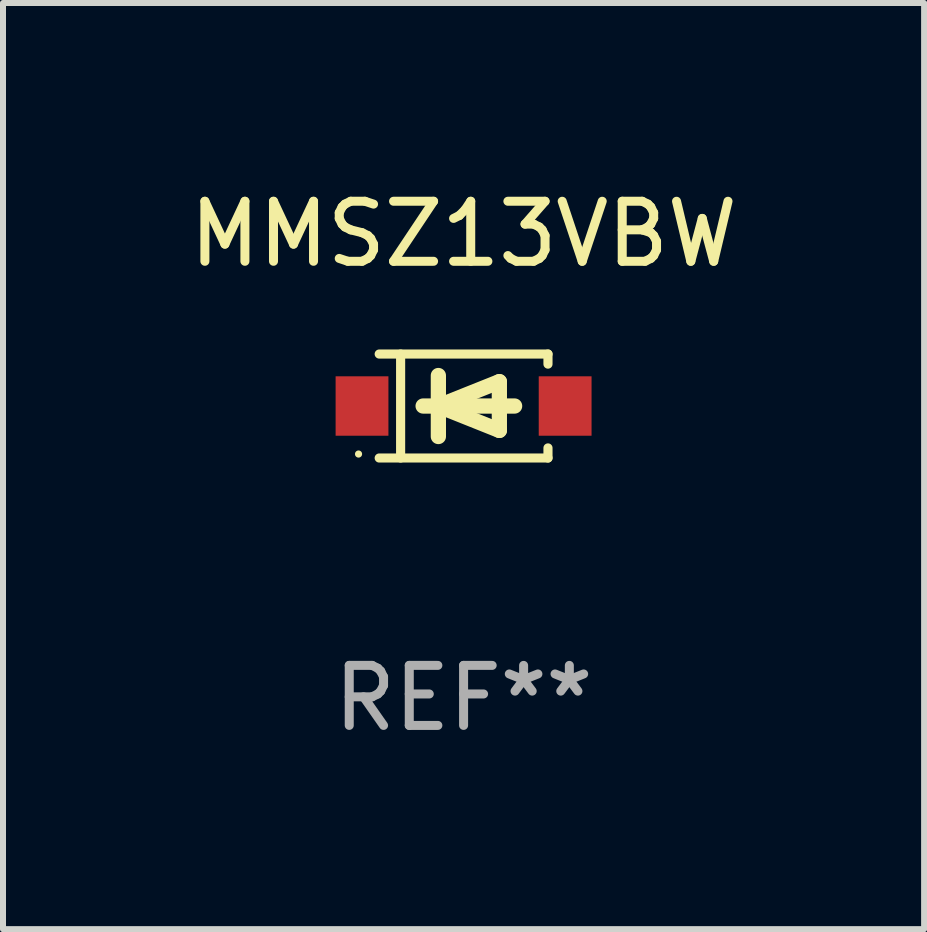
<source format=kicad_pcb>
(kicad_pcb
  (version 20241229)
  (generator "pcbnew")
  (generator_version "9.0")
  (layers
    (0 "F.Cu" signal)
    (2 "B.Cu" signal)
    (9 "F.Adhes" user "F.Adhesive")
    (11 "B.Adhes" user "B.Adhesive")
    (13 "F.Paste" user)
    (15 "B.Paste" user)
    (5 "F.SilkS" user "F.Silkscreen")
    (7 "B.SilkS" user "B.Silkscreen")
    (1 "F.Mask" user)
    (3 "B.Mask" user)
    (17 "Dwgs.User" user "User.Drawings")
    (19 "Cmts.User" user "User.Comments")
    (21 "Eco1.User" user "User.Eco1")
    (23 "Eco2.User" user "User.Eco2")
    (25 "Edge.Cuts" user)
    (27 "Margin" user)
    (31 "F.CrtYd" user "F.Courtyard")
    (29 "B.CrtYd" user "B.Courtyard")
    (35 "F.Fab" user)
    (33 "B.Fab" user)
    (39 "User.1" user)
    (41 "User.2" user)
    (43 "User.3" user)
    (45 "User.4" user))
  (footprint "MMSZ13VBW"
    (layer "F.Cu")
    (at 4.673 3.714)
    (property "Reference" "MMSZ13VBW" (at 0 -2.866 0) (layer "F.SilkS") (effects (font (size 1 1) (thickness 0.15))))
    (attr through_hole)
    (fp_line (start -1.406 -0.866) (end 1.406 -0.866) (stroke (width 0.152) (type solid)) (layer "F.SilkS"))
    (fp_line (start -1.406 0.866) (end 1.406 0.866) (stroke (width 0.152) (type solid)) (layer "F.SilkS"))
    (fp_line (start -1.049 -0.866) (end -1.049 0.866) (stroke (width 0.152) (type solid)) (layer "F.SilkS"))
    (fp_line (start -0.674 0) (end 0.85 0) (stroke (width 0.254) (type solid)) (layer "F.SilkS"))
    (fp_line (start -0.42 -0.508) (end -0.42 0.508) (stroke (width 0.254) (type solid)) (layer "F.SilkS"))
    (fp_line (start -0.42 0) (end 0.596 -0.406) (stroke (width 0.254) (type solid)) (layer "F.SilkS"))
    (fp_line (start 0.596 -0.406) (end 0.596 0.406) (stroke (width 0.254) (type solid)) (layer "F.SilkS"))
    (fp_line (start 0.596 0.406) (end -0.42 0) (stroke (width 0.254) (type solid)) (layer "F.SilkS"))
    (fp_line (start 1.406 -0.866) (end 1.406 -0.698) (stroke (width 0.152) (type solid)) (layer "F.SilkS"))
    (fp_line (start 1.406 0.866) (end 1.406 0.698) (stroke (width 0.152) (type solid)) (layer "F.SilkS"))
    (fp_circle (center -1.75 0.8) (end -1.72 0.8) (stroke (width 0.06) (type solid)) (fill no) (layer "F.SilkS"))
    (fp_text user "REF**" (at 0 4.866 0) (layer "F.Fab") (effects (font (size 1 1) (thickness 0.15))))
    (pad "1" smd rect (at -1.692 0) (size 0.88 0.99) (layers "F.Cu" "F.Mask" "F.Paste"))
    (pad "2" smd rect (at 1.692 0) (size 0.88 0.99) (layers "F.Cu" "F.Mask" "F.Paste")))
  (gr_rect
    (start -3 -3)
    (end 12.345 12.429)
    (stroke (width 0.1) (type default))
    (fill no)
    (layer "Edge.Cuts")))
</source>
